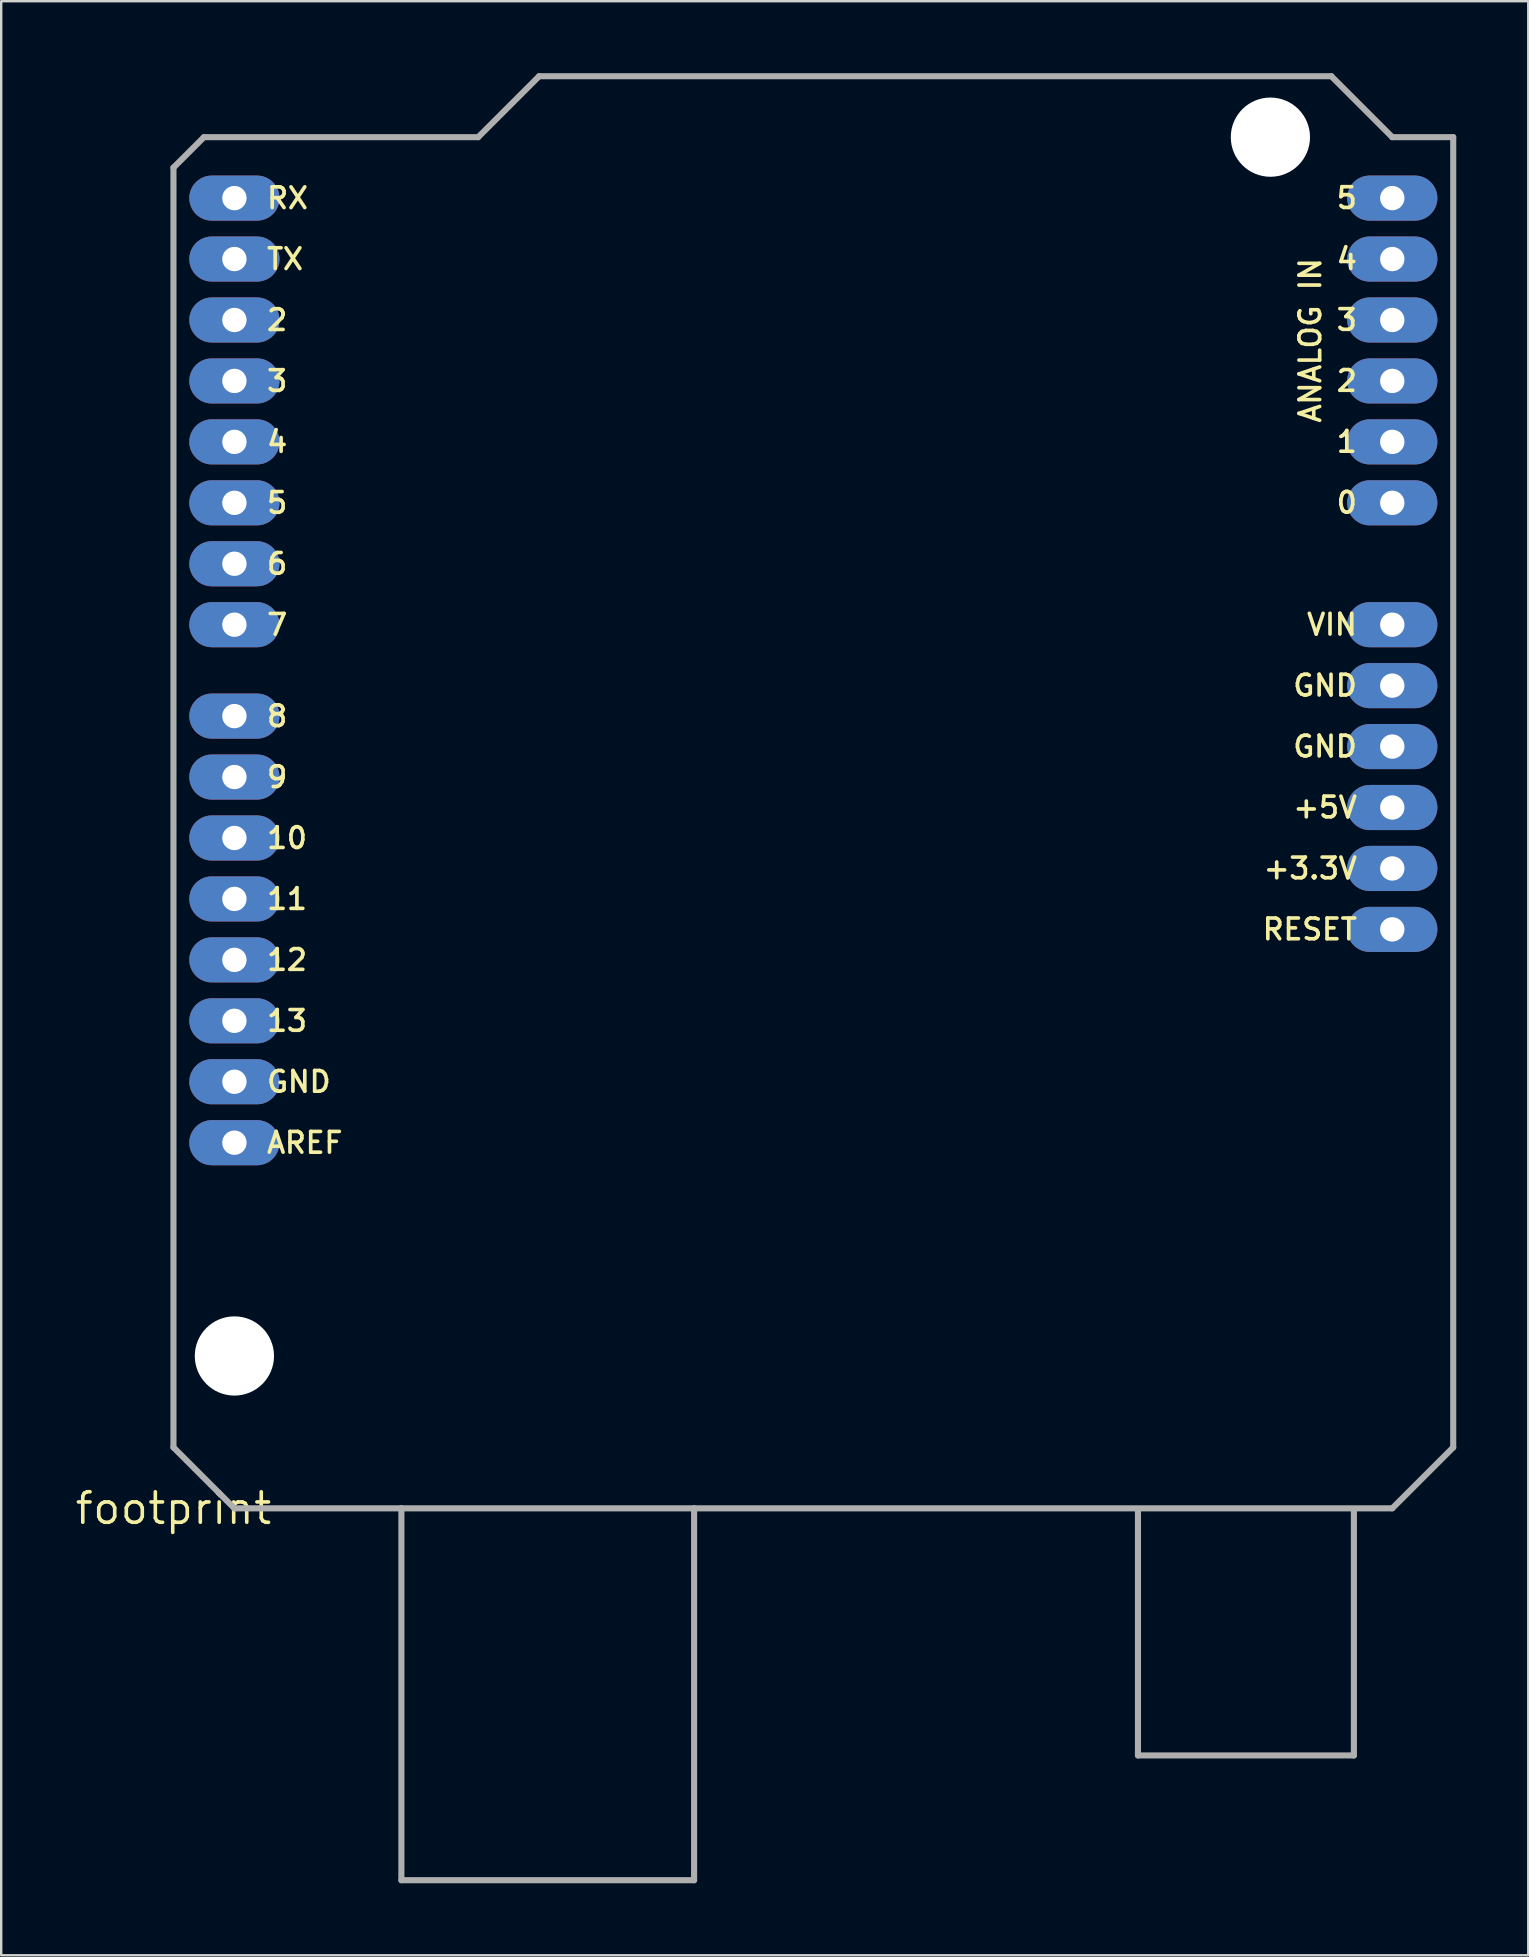
<source format=kicad_pcb>
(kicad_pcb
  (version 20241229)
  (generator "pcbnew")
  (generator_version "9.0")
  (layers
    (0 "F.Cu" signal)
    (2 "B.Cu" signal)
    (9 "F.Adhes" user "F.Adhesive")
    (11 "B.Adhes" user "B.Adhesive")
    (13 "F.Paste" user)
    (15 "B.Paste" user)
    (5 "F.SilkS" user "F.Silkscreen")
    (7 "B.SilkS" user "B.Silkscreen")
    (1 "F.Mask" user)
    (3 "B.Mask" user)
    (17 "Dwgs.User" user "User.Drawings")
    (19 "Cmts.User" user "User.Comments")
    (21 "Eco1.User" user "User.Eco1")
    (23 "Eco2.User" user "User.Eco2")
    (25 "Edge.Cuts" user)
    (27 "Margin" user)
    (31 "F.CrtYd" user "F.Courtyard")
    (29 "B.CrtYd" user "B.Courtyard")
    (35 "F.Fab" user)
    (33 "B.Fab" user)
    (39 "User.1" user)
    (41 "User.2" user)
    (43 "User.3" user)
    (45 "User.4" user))
  (footprint "footprint"
    (layer "F.Cu")
    (at 4.18 59.817)
    (property "Reference" "footprint" (at 0 0 0) (layer "F.SilkS") (effects (font (size 1.27 1.27) (thickness 0.15))))
    (fp_line (start 0 -55.88) (end 0 -2.54) (stroke (width 0.254) (type solid)) (layer "F.Fab"))
    (fp_line (start 0 -2.54) (end 2.54 0) (stroke (width 0.254) (type solid)) (layer "F.Fab"))
    (fp_line (start 1.27 -57.15) (end 0 -55.88) (stroke (width 0.254) (type solid)) (layer "F.Fab"))
    (fp_line (start 2.54 0) (end 9.5 0) (stroke (width 0.254) (type solid)) (layer "F.Fab"))
    (fp_line (start 9.5 0) (end 21.7 0) (stroke (width 0.254) (type solid)) (layer "F.Fab"))
    (fp_line (start 9.5 15.5) (end 9.5 0) (stroke (width 0.254) (type solid)) (layer "F.Fab"))
    (fp_line (start 9.5 15.5) (end 21.7 15.5) (stroke (width 0.254) (type solid)) (layer "F.Fab"))
    (fp_line (start 12.7 -57.15) (end 1.27 -57.15) (stroke (width 0.254) (type solid)) (layer "F.Fab"))
    (fp_line (start 15.24 -59.69) (end 12.7 -57.15) (stroke (width 0.254) (type solid)) (layer "F.Fab"))
    (fp_line (start 21.7 0) (end 50.8 0) (stroke (width 0.254) (type solid)) (layer "F.Fab"))
    (fp_line (start 21.7 15.5) (end 21.7 0) (stroke (width 0.254) (type solid)) (layer "F.Fab"))
    (fp_line (start 40.2 10.3) (end 40.2 0.1) (stroke (width 0.254) (type solid)) (layer "F.Fab"))
    (fp_line (start 40.2 10.3) (end 49.2 10.3) (stroke (width 0.254) (type solid)) (layer "F.Fab"))
    (fp_line (start 48.26 -59.69) (end 15.24 -59.69) (stroke (width 0.254) (type solid)) (layer "F.Fab"))
    (fp_line (start 49.2 10.3) (end 49.2 0.1) (stroke (width 0.254) (type solid)) (layer "F.Fab"))
    (fp_line (start 50.8 -57.15) (end 48.26 -59.69) (stroke (width 0.254) (type solid)) (layer "F.Fab"))
    (fp_line (start 50.8 0) (end 53.34 -2.54) (stroke (width 0.254) (type solid)) (layer "F.Fab"))
    (fp_line (start 53.34 -57.15) (end 50.8 -57.15) (stroke (width 0.254) (type solid)) (layer "F.Fab"))
    (fp_line (start 53.34 -2.54) (end 53.34 -57.15) (stroke (width 0.254) (type solid)) (layer "F.Fab"))
    (fp_text user "VIN" (at 49.416 -37.338 0) (layer "F.SilkS") (effects (font (size 0.864 0.864) (thickness 0.152)) (justify right top)))
    (fp_text user "GND" (at 49.416 -32.258 0) (layer "F.SilkS") (effects (font (size 0.864 0.864) (thickness 0.152)) (justify right top)))
    (fp_text user "13" (at 3.81 -19.812 0) (layer "F.SilkS") (effects (font (size 0.864 0.864) (thickness 0.152)) (justify left bottom)))
    (fp_text user "RX" (at 3.81 -54.102 0) (layer "F.SilkS") (effects (font (size 0.864 0.864) (thickness 0.152)) (justify left bottom)))
    (fp_text user "0" (at 49.416 -42.418 0) (layer "F.SilkS") (effects (font (size 0.864 0.864) (thickness 0.152)) (justify right top)))
    (fp_text user "GND" (at 49.416 -34.798 0) (layer "F.SilkS") (effects (font (size 0.864 0.864) (thickness 0.152)) (justify right top)))
    (fp_text user "5" (at 3.81 -41.402 0) (layer "F.SilkS") (effects (font (size 0.864 0.864) (thickness 0.152)) (justify left bottom)))
    (fp_text user "7" (at 3.81 -36.322 0) (layer "F.SilkS") (effects (font (size 0.864 0.864) (thickness 0.152)) (justify left bottom)))
    (fp_text user "5" (at 49.416 -55.118 0) (layer "F.SilkS") (effects (font (size 0.864 0.864) (thickness 0.152)) (justify right top)))
    (fp_text user "6" (at 3.81 -38.862 0) (layer "F.SilkS") (effects (font (size 0.864 0.864) (thickness 0.152)) (justify left bottom)))
    (fp_text user "3" (at 49.416 -50.038 0) (layer "F.SilkS") (effects (font (size 0.864 0.864) (thickness 0.152)) (justify right top)))
    (fp_text user "4" (at 49.416 -52.578 0) (layer "F.SilkS") (effects (font (size 0.864 0.864) (thickness 0.152)) (justify right top)))
    (fp_text user "RESET" (at 49.416 -24.638 0) (layer "F.SilkS") (effects (font (size 0.864 0.864) (thickness 0.152)) (justify right top)))
    (fp_text user "2" (at 3.81 -49.022 0) (layer "F.SilkS") (effects (font (size 0.864 0.864) (thickness 0.152)) (justify left bottom)))
    (fp_text user "TX" (at 3.81 -51.562 0) (layer "F.SilkS") (effects (font (size 0.864 0.864) (thickness 0.152)) (justify left bottom)))
    (fp_text user "10" (at 3.81 -27.432 0) (layer "F.SilkS") (effects (font (size 0.864 0.864) (thickness 0.152)) (justify left bottom)))
    (fp_text user "GND" (at 3.81 -17.272 0) (layer "F.SilkS") (effects (font (size 0.864 0.864) (thickness 0.152)) (justify left bottom)))
    (fp_text user "9" (at 3.81 -29.972 0) (layer "F.SilkS") (effects (font (size 0.864 0.864) (thickness 0.152)) (justify left bottom)))
    (fp_text user "+3.3V" (at 49.416 -27.178 0) (layer "F.SilkS") (effects (font (size 0.864 0.864) (thickness 0.152)) (justify right top)))
    (fp_text user "8" (at 3.81 -32.512 0) (layer "F.SilkS") (effects (font (size 0.864 0.864) (thickness 0.152)) (justify left bottom)))
    (fp_text user "3" (at 3.81 -46.482 0) (layer "F.SilkS") (effects (font (size 0.864 0.864) (thickness 0.152)) (justify left bottom)))
    (fp_text user "+5V" (at 49.416 -29.718 0) (layer "F.SilkS") (effects (font (size 0.864 0.864) (thickness 0.152)) (justify right top)))
    (fp_text user "1" (at 49.416 -44.958 0) (layer "F.SilkS") (effects (font (size 0.864 0.864) (thickness 0.152)) (justify right top)))
    (fp_text user "ANALOG IN" (at 46.876 -52.197 90) (layer "F.SilkS") (effects (font (size 0.864 0.864) (thickness 0.152)) (justify right top)))
    (fp_text user "12" (at 3.81 -22.352 0) (layer "F.SilkS") (effects (font (size 0.864 0.864) (thickness 0.152)) (justify left bottom)))
    (fp_text user "2" (at 49.416 -47.498 0) (layer "F.SilkS") (effects (font (size 0.864 0.864) (thickness 0.152)) (justify right top)))
    (fp_text user "4" (at 3.81 -43.942 0) (layer "F.SilkS") (effects (font (size 0.864 0.864) (thickness 0.152)) (justify left bottom)))
    (fp_text user "11" (at 3.81 -24.892 0) (layer "F.SilkS") (effects (font (size 0.864 0.864) (thickness 0.152)) (justify left bottom)))
    (fp_text user "AREF" (at 3.81 -14.732 0) (layer "F.SilkS") (effects (font (size 0.864 0.864) (thickness 0.152)) (justify left bottom)))
    (pad "" np_thru_hole circle (at 2.54 -6.35) (size 3.302 3.302) (drill 3.302) (layers "*.Cu" "*.Mask"))
    (pad "" np_thru_hole circle (at 45.72 -57.15) (size 3.302 3.302) (drill 3.302) (layers "*.Cu" "*.Mask"))
    (pad "3.3V" thru_hole oval (at 50.8 -26.67 180) (size 3.759 1.88) (drill 1.016) (layers "*.Cu" "*.Mask"))
    (pad "5V" thru_hole oval (at 50.8 -29.21 180) (size 3.759 1.88) (drill 1.016) (layers "*.Cu" "*.Mask"))
    (pad "A0" thru_hole oval (at 50.8 -41.91 180) (size 3.759 1.88) (drill 1.016) (layers "*.Cu" "*.Mask"))
    (pad "A1" thru_hole oval (at 50.8 -44.45 180) (size 3.759 1.88) (drill 1.016) (layers "*.Cu" "*.Mask"))
    (pad "A2" thru_hole oval (at 50.8 -46.99 180) (size 3.759 1.88) (drill 1.016) (layers "*.Cu" "*.Mask"))
    (pad "A3" thru_hole oval (at 50.8 -49.53 180) (size 3.759 1.88) (drill 1.016) (layers "*.Cu" "*.Mask"))
    (pad "A4" thru_hole oval (at 50.8 -52.07 180) (size 3.759 1.88) (drill 1.016) (layers "*.Cu" "*.Mask"))
    (pad "A5" thru_hole oval (at 50.8 -54.61 180) (size 3.759 1.88) (drill 1.016) (layers "*.Cu" "*.Mask"))
    (pad "AREF" thru_hole oval (at 2.54 -15.24 180) (size 3.759 1.88) (drill 1.016) (layers "*.Cu" "*.Mask"))
    (pad "D2" thru_hole oval (at 2.54 -49.53 180) (size 3.759 1.88) (drill 1.016) (layers "*.Cu" "*.Mask"))
    (pad "D3" thru_hole oval (at 2.54 -46.99 180) (size 3.759 1.88) (drill 1.016) (layers "*.Cu" "*.Mask"))
    (pad "D4" thru_hole oval (at 2.54 -44.45 180) (size 3.759 1.88) (drill 1.016) (layers "*.Cu" "*.Mask"))
    (pad "D5" thru_hole oval (at 2.54 -41.91 180) (size 3.759 1.88) (drill 1.016) (layers "*.Cu" "*.Mask"))
    (pad "D6" thru_hole oval (at 2.54 -39.37 180) (size 3.759 1.88) (drill 1.016) (layers "*.Cu" "*.Mask"))
    (pad "D7" thru_hole oval (at 2.54 -36.83 180) (size 3.759 1.88) (drill 1.016) (layers "*.Cu" "*.Mask"))
    (pad "D8" thru_hole oval (at 2.54 -33.02 180) (size 3.759 1.88) (drill 1.016) (layers "*.Cu" "*.Mask"))
    (pad "D9" thru_hole oval (at 2.54 -30.48 180) (size 3.759 1.88) (drill 1.016) (layers "*.Cu" "*.Mask"))
    (pad "D10" thru_hole oval (at 2.54 -27.94 180) (size 3.759 1.88) (drill 1.016) (layers "*.Cu" "*.Mask"))
    (pad "D11" thru_hole oval (at 2.54 -25.4 180) (size 3.759 1.88) (drill 1.016) (layers "*.Cu" "*.Mask"))
    (pad "D12" thru_hole oval (at 2.54 -22.86 180) (size 3.759 1.88) (drill 1.016) (layers "*.Cu" "*.Mask"))
    (pad "D13" thru_hole oval (at 2.54 -20.32 180) (size 3.759 1.88) (drill 1.016) (layers "*.Cu" "*.Mask"))
    (pad "GND@0" thru_hole oval (at 50.8 -31.75 180) (size 3.759 1.88) (drill 1.016) (layers "*.Cu" "*.Mask"))
    (pad "GND@1" thru_hole oval (at 50.8 -34.29 180) (size 3.759 1.88) (drill 1.016) (layers "*.Cu" "*.Mask"))
    (pad "GND@2" thru_hole oval (at 2.54 -17.78 180) (size 3.759 1.88) (drill 1.016) (layers "*.Cu" "*.Mask"))
    (pad "RES" thru_hole oval (at 50.8 -24.13 180) (size 3.759 1.88) (drill 1.016) (layers "*.Cu" "*.Mask"))
    (pad "RX" thru_hole oval (at 2.54 -54.61 180) (size 3.759 1.88) (drill 1.016) (layers "*.Cu" "*.Mask"))
    (pad "TX" thru_hole oval (at 2.54 -52.07 180) (size 3.759 1.88) (drill 1.016) (layers "*.Cu" "*.Mask"))
    (pad "VIN" thru_hole oval (at 50.8 -36.83 180) (size 3.759 1.88) (drill 1.016) (layers "*.Cu" "*.Mask"))
    (zone (net_name "") (layer "F.Cu") (hatch edge 0.508) (connect_pads) (min_thickness 0.254) (filled_areas_thickness no) (keepout (tracks not_allowed) (vias not_allowed) (pads not_allowed) (copperpour not_allowed) (footprints allowed)) (placement (enabled no)) (fill) (polygon (pts (xy 8.689 53.467) (xy 8.659 53.125) (xy 8.57 52.794) (xy 8.425 52.483) (xy 8.228 52.202) (xy 7.985 51.959) (xy 7.704 51.762) (xy 7.393 51.617) (xy 7.062 51.528) (xy 6.72 51.498) (xy 6.378 51.528) (xy 6.047 51.617) (xy 5.736 51.762) (xy 5.455 51.959) (xy 5.212 52.202) (xy 5.015 52.483) (xy 4.87 52.794) (xy 4.782 53.125) (xy 4.752 53.467) (xy 4.782 53.809) (xy 4.87 54.14) (xy 5.015 54.451) (xy 5.212 54.732) (xy 5.455 54.975) (xy 5.736 55.172) (xy 6.047 55.317) (xy 6.378 55.406) (xy 6.72 55.435) (xy 7.062 55.406) (xy 7.393 55.317) (xy 7.704 55.172) (xy 7.985 54.975) (xy 8.228 54.732) (xy 8.425 54.451) (xy 8.57 54.14) (xy 8.659 53.809))) (polygon (pts (xy 8.562 53.467) (xy 8.534 53.147) (xy 8.451 52.837) (xy 8.315 52.546) (xy 8.131 52.283) (xy 7.904 52.056) (xy 7.641 51.872) (xy 7.35 51.737) (xy 7.04 51.653) (xy 6.72 51.626) (xy 6.4 51.653) (xy 6.09 51.737) (xy 5.799 51.872) (xy 5.536 52.056) (xy 5.309 52.283) (xy 5.125 52.546) (xy 4.99 52.837) (xy 4.907 53.147) (xy 4.879 53.467) (xy 4.907 53.787) (xy 4.99 54.097) (xy 5.125 54.388) (xy 5.309 54.651) (xy 5.536 54.878) (xy 5.799 55.062) (xy 6.09 55.197) (xy 6.4 55.281) (xy 6.72 55.309) (xy 7.04 55.281) (xy 7.35 55.197) (xy 7.641 55.062) (xy 7.904 54.878) (xy 8.131 54.651) (xy 8.315 54.388) (xy 8.451 54.097) (xy 8.534 53.787))))
    (zone (net_name "") (layer "F.Cu") (hatch edge 0.508) (connect_pads) (min_thickness 0.254) (filled_areas_thickness no) (keepout (tracks not_allowed) (vias not_allowed) (pads not_allowed) (copperpour not_allowed) (footprints allowed)) (placement (enabled no)) (fill) (polygon (pts (xy 51.869 2.667) (xy 51.839 2.325) (xy 51.75 1.994) (xy 51.605 1.683) (xy 51.408 1.402) (xy 51.165 1.159) (xy 50.884 0.962) (xy 50.573 0.817) (xy 50.242 0.728) (xy 49.9 0.699) (xy 49.558 0.728) (xy 49.227 0.817) (xy 48.916 0.962) (xy 48.635 1.159) (xy 48.392 1.402) (xy 48.195 1.683) (xy 48.05 1.994) (xy 47.962 2.325) (xy 47.932 2.667) (xy 47.962 3.009) (xy 48.05 3.34) (xy 48.195 3.651) (xy 48.392 3.932) (xy 48.635 4.175) (xy 48.916 4.372) (xy 49.227 4.517) (xy 49.558 4.606) (xy 49.9 4.636) (xy 50.242 4.606) (xy 50.573 4.517) (xy 50.884 4.372) (xy 51.165 4.175) (xy 51.408 3.932) (xy 51.605 3.651) (xy 51.75 3.34) (xy 51.839 3.009))) (polygon (pts (xy 51.742 2.667) (xy 51.714 2.347) (xy 51.631 2.037) (xy 51.495 1.746) (xy 51.311 1.483) (xy 51.084 1.256) (xy 50.821 1.072) (xy 50.53 0.937) (xy 50.22 0.853) (xy 49.9 0.826) (xy 49.58 0.853) (xy 49.27 0.937) (xy 48.979 1.072) (xy 48.716 1.256) (xy 48.489 1.483) (xy 48.305 1.746) (xy 48.17 2.037) (xy 48.087 2.347) (xy 48.059 2.667) (xy 48.087 2.987) (xy 48.17 3.297) (xy 48.305 3.588) (xy 48.489 3.851) (xy 48.716 4.078) (xy 48.979 4.262) (xy 49.27 4.397) (xy 49.58 4.481) (xy 49.9 4.508) (xy 50.22 4.481) (xy 50.53 4.397) (xy 50.821 4.262) (xy 51.084 4.078) (xy 51.311 3.851) (xy 51.495 3.588) (xy 51.631 3.297) (xy 51.714 2.987))))
    (zone (net_name "") (layer "B.Cu") (hatch edge 0.508) (connect_pads) (min_thickness 0.254) (filled_areas_thickness no) (keepout (tracks not_allowed) (vias not_allowed) (pads not_allowed) (copperpour not_allowed) (footprints allowed)) (placement (enabled no)) (fill) (polygon (pts (xy 8.689 53.467) (xy 8.659 53.125) (xy 8.57 52.794) (xy 8.425 52.483) (xy 8.228 52.202) (xy 7.985 51.959) (xy 7.704 51.762) (xy 7.393 51.617) (xy 7.062 51.528) (xy 6.72 51.498) (xy 6.378 51.528) (xy 6.047 51.617) (xy 5.736 51.762) (xy 5.455 51.959) (xy 5.212 52.202) (xy 5.015 52.483) (xy 4.87 52.794) (xy 4.782 53.125) (xy 4.752 53.467) (xy 4.782 53.809) (xy 4.87 54.14) (xy 5.015 54.451) (xy 5.212 54.732) (xy 5.455 54.975) (xy 5.736 55.172) (xy 6.047 55.317) (xy 6.378 55.406) (xy 6.72 55.435) (xy 7.062 55.406) (xy 7.393 55.317) (xy 7.704 55.172) (xy 7.985 54.975) (xy 8.228 54.732) (xy 8.425 54.451) (xy 8.57 54.14) (xy 8.659 53.809))) (polygon (pts (xy 8.562 53.467) (xy 8.534 53.147) (xy 8.451 52.837) (xy 8.315 52.546) (xy 8.131 52.283) (xy 7.904 52.056) (xy 7.641 51.872) (xy 7.35 51.737) (xy 7.04 51.653) (xy 6.72 51.626) (xy 6.4 51.653) (xy 6.09 51.737) (xy 5.799 51.872) (xy 5.536 52.056) (xy 5.309 52.283) (xy 5.125 52.546) (xy 4.99 52.837) (xy 4.907 53.147) (xy 4.879 53.467) (xy 4.907 53.787) (xy 4.99 54.097) (xy 5.125 54.388) (xy 5.309 54.651) (xy 5.536 54.878) (xy 5.799 55.062) (xy 6.09 55.197) (xy 6.4 55.281) (xy 6.72 55.309) (xy 7.04 55.281) (xy 7.35 55.197) (xy 7.641 55.062) (xy 7.904 54.878) (xy 8.131 54.651) (xy 8.315 54.388) (xy 8.451 54.097) (xy 8.534 53.787))))
    (zone (net_name "") (layer "B.Cu") (hatch edge 0.508) (connect_pads) (min_thickness 0.254) (filled_areas_thickness no) (keepout (tracks not_allowed) (vias not_allowed) (pads not_allowed) (copperpour not_allowed) (footprints allowed)) (placement (enabled no)) (fill) (polygon (pts (xy 51.869 2.667) (xy 51.839 2.325) (xy 51.75 1.994) (xy 51.605 1.683) (xy 51.408 1.402) (xy 51.165 1.159) (xy 50.884 0.962) (xy 50.573 0.817) (xy 50.242 0.728) (xy 49.9 0.699) (xy 49.558 0.728) (xy 49.227 0.817) (xy 48.916 0.962) (xy 48.635 1.159) (xy 48.392 1.402) (xy 48.195 1.683) (xy 48.05 1.994) (xy 47.962 2.325) (xy 47.932 2.667) (xy 47.962 3.009) (xy 48.05 3.34) (xy 48.195 3.651) (xy 48.392 3.932) (xy 48.635 4.175) (xy 48.916 4.372) (xy 49.227 4.517) (xy 49.558 4.606) (xy 49.9 4.636) (xy 50.242 4.606) (xy 50.573 4.517) (xy 50.884 4.372) (xy 51.165 4.175) (xy 51.408 3.932) (xy 51.605 3.651) (xy 51.75 3.34) (xy 51.839 3.009))) (polygon (pts (xy 51.742 2.667) (xy 51.714 2.347) (xy 51.631 2.037) (xy 51.495 1.746) (xy 51.311 1.483) (xy 51.084 1.256) (xy 50.821 1.072) (xy 50.53 0.937) (xy 50.22 0.853) (xy 49.9 0.826) (xy 49.58 0.853) (xy 49.27 0.937) (xy 48.979 1.072) (xy 48.716 1.256) (xy 48.489 1.483) (xy 48.305 1.746) (xy 48.17 2.037) (xy 48.087 2.347) (xy 48.059 2.667) (xy 48.087 2.987) (xy 48.17 3.297) (xy 48.305 3.588) (xy 48.489 3.851) (xy 48.716 4.078) (xy 48.979 4.262) (xy 49.27 4.397) (xy 49.58 4.481) (xy 49.9 4.508) (xy 50.22 4.481) (xy 50.53 4.397) (xy 50.821 4.262) (xy 51.084 4.078) (xy 51.311 3.851) (xy 51.495 3.588) (xy 51.631 3.297) (xy 51.714 2.987)))))
  (gr_rect
    (start -3 -3)
    (end 60.647 78.444)
    (stroke (width 0.1) (type default))
    (fill no)
    (layer "Edge.Cuts")))
</source>
